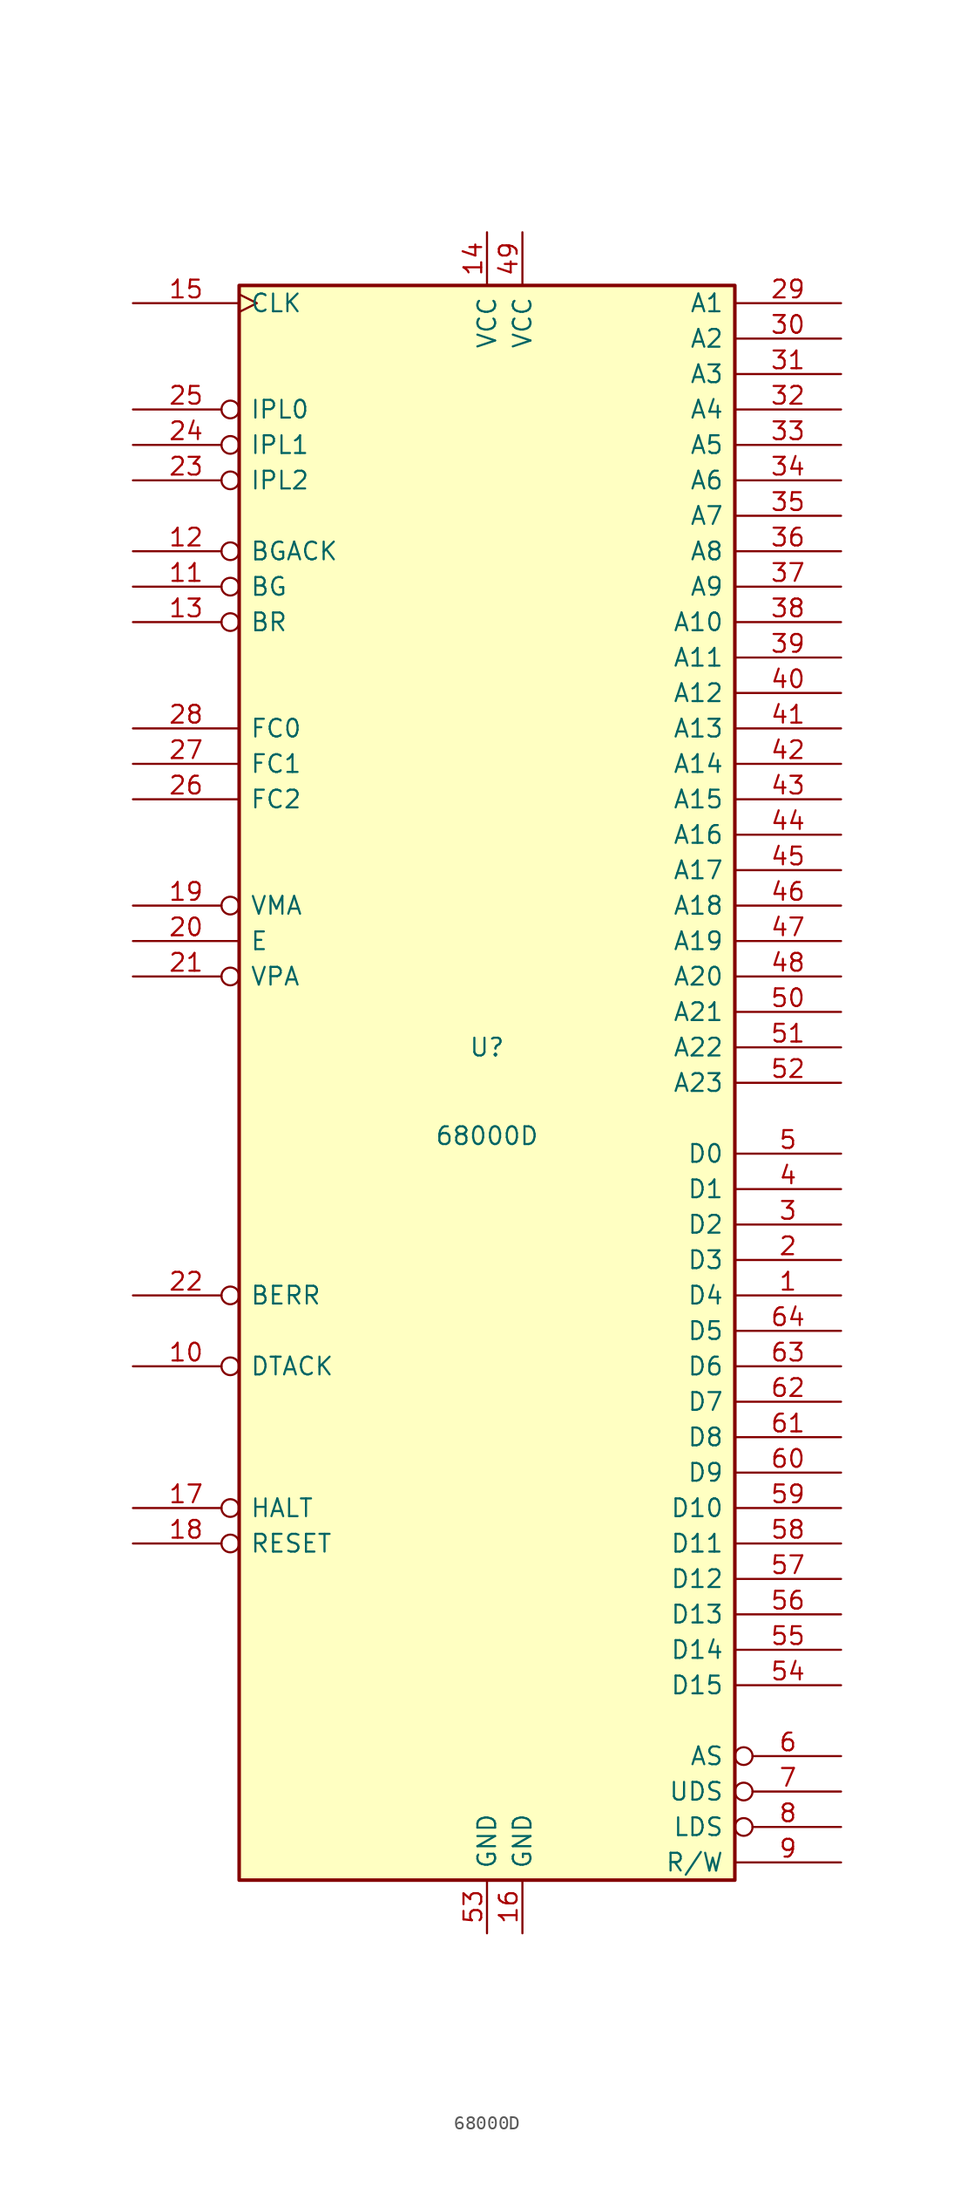
<source format=kicad_sym>
(kicad_symbol_lib
  (version 20241209)
  (generator "kicad_symbol_editor")
  (generator_version "9.0")
  (symbol "68000D"
    (pin_names
      (offset 0.762))
    (property "Reference" "U"
      (at 0 2.54 0)
      (effects (font (size 1.27 1.27))))
    (property "Value" "68000D"
      (at 0 -3.81 0)
      (effects (font (size 1.27 1.27))))
    (symbol "68000D_0_1"
      (rectangle (start -17.78 57.15) (end 17.78 -57.15) (stroke (width 0.254) (type default)) (fill (type background))))
    (symbol "68000D_1_1"
      (pin input clock (at -25.4 55.88 0) (length 7.62) (name "CLK" (effects (font (size 1.27 1.27)))) (number "15" (effects (font (size 1.27 1.27)))))
      (pin input inverted (at -25.4 48.26 0) (length 7.62) (name "IPL0" (effects (font (size 1.27 1.27)))) (number "25" (effects (font (size 1.27 1.27)))))
      (pin input inverted (at -25.4 45.72 0) (length 7.62) (name "IPL1" (effects (font (size 1.27 1.27)))) (number "24" (effects (font (size 1.27 1.27)))))
      (pin input inverted (at -25.4 43.18 0) (length 7.62) (name "IPL2" (effects (font (size 1.27 1.27)))) (number "23" (effects (font (size 1.27 1.27)))))
      (pin input inverted (at -25.4 38.1 0) (length 7.62) (name "BGACK" (effects (font (size 1.27 1.27)))) (number "12" (effects (font (size 1.27 1.27)))))
      (pin output inverted (at -25.4 35.56 0) (length 7.62) (name "BG" (effects (font (size 1.27 1.27)))) (number "11" (effects (font (size 1.27 1.27)))))
      (pin input inverted (at -25.4 33.02 0) (length 7.62) (name "BR" (effects (font (size 1.27 1.27)))) (number "13" (effects (font (size 1.27 1.27)))))
      (pin output line (at -25.4 25.4 0) (length 7.62) (name "FC0" (effects (font (size 1.27 1.27)))) (number "28" (effects (font (size 1.27 1.27)))))
      (pin output line (at -25.4 22.86 0) (length 7.62) (name "FC1" (effects (font (size 1.27 1.27)))) (number "27" (effects (font (size 1.27 1.27)))))
      (pin output line (at -25.4 20.32 0) (length 7.62) (name "FC2" (effects (font (size 1.27 1.27)))) (number "26" (effects (font (size 1.27 1.27)))))
      (pin output inverted (at -25.4 12.7 0) (length 7.62) (name "VMA" (effects (font (size 1.27 1.27)))) (number "19" (effects (font (size 1.27 1.27)))))
      (pin output line (at -25.4 10.16 0) (length 7.62) (name "E" (effects (font (size 1.27 1.27)))) (number "20" (effects (font (size 1.27 1.27)))))
      (pin input inverted (at -25.4 7.62 0) (length 7.62) (name "VPA" (effects (font (size 1.27 1.27)))) (number "21" (effects (font (size 1.27 1.27)))))
      (pin input inverted (at -25.4 -15.24 0) (length 7.62) (name "BERR" (effects (font (size 1.27 1.27)))) (number "22" (effects (font (size 1.27 1.27)))))
      (pin input inverted (at -25.4 -20.32 0) (length 7.62) (name "DTACK" (effects (font (size 1.27 1.27)))) (number "10" (effects (font (size 1.27 1.27)))))
      (pin bidirectional inverted (at -25.4 -30.48 0) (length 7.62) (name "HALT" (effects (font (size 1.27 1.27)))) (number "17" (effects (font (size 1.27 1.27)))))
      (pin bidirectional inverted (at -25.4 -33.02 0) (length 7.62) (name "RESET" (effects (font (size 1.27 1.27)))) (number "18" (effects (font (size 1.27 1.27)))))
      (pin power_in line (at 0 60.96 270) (length 3.81) (name "VCC" (effects (font (size 1.27 1.27)))) (number "14" (effects (font (size 1.27 1.27)))))
      (pin power_in line (at 0 -60.96 90) (length 3.81) (name "GND" (effects (font (size 1.27 1.27)))) (number "53" (effects (font (size 1.27 1.27)))))
      (pin power_in line (at 2.54 60.96 270) (length 3.81) (name "VCC" (effects (font (size 1.27 1.27)))) (number "49" (effects (font (size 1.27 1.27)))))
      (pin power_in line (at 2.54 -60.96 90) (length 3.81) (name "GND" (effects (font (size 1.27 1.27)))) (number "16" (effects (font (size 1.27 1.27)))))
      (pin output line (at 25.4 55.88 180) (length 7.62) (name "A1" (effects (font (size 1.27 1.27)))) (number "29" (effects (font (size 1.27 1.27)))))
      (pin output line (at 25.4 53.34 180) (length 7.62) (name "A2" (effects (font (size 1.27 1.27)))) (number "30" (effects (font (size 1.27 1.27)))))
      (pin output line (at 25.4 50.8 180) (length 7.62) (name "A3" (effects (font (size 1.27 1.27)))) (number "31" (effects (font (size 1.27 1.27)))))
      (pin output line (at 25.4 48.26 180) (length 7.62) (name "A4" (effects (font (size 1.27 1.27)))) (number "32" (effects (font (size 1.27 1.27)))))
      (pin output line (at 25.4 45.72 180) (length 7.62) (name "A5" (effects (font (size 1.27 1.27)))) (number "33" (effects (font (size 1.27 1.27)))))
      (pin output line (at 25.4 43.18 180) (length 7.62) (name "A6" (effects (font (size 1.27 1.27)))) (number "34" (effects (font (size 1.27 1.27)))))
      (pin output line (at 25.4 40.64 180) (length 7.62) (name "A7" (effects (font (size 1.27 1.27)))) (number "35" (effects (font (size 1.27 1.27)))))
      (pin output line (at 25.4 38.1 180) (length 7.62) (name "A8" (effects (font (size 1.27 1.27)))) (number "36" (effects (font (size 1.27 1.27)))))
      (pin output line (at 25.4 35.56 180) (length 7.62) (name "A9" (effects (font (size 1.27 1.27)))) (number "37" (effects (font (size 1.27 1.27)))))
      (pin output line (at 25.4 33.02 180) (length 7.62) (name "A10" (effects (font (size 1.27 1.27)))) (number "38" (effects (font (size 1.27 1.27)))))
      (pin output line (at 25.4 30.48 180) (length 7.62) (name "A11" (effects (font (size 1.27 1.27)))) (number "39" (effects (font (size 1.27 1.27)))))
      (pin output line (at 25.4 27.94 180) (length 7.62) (name "A12" (effects (font (size 1.27 1.27)))) (number "40" (effects (font (size 1.27 1.27)))))
      (pin output line (at 25.4 25.4 180) (length 7.62) (name "A13" (effects (font (size 1.27 1.27)))) (number "41" (effects (font (size 1.27 1.27)))))
      (pin output line (at 25.4 22.86 180) (length 7.62) (name "A14" (effects (font (size 1.27 1.27)))) (number "42" (effects (font (size 1.27 1.27)))))
      (pin output line (at 25.4 20.32 180) (length 7.62) (name "A15" (effects (font (size 1.27 1.27)))) (number "43" (effects (font (size 1.27 1.27)))))
      (pin output line (at 25.4 17.78 180) (length 7.62) (name "A16" (effects (font (size 1.27 1.27)))) (number "44" (effects (font (size 1.27 1.27)))))
      (pin output line (at 25.4 15.24 180) (length 7.62) (name "A17" (effects (font (size 1.27 1.27)))) (number "45" (effects (font (size 1.27 1.27)))))
      (pin output line (at 25.4 12.7 180) (length 7.62) (name "A18" (effects (font (size 1.27 1.27)))) (number "46" (effects (font (size 1.27 1.27)))))
      (pin output line (at 25.4 10.16 180) (length 7.62) (name "A19" (effects (font (size 1.27 1.27)))) (number "47" (effects (font (size 1.27 1.27)))))
      (pin output line (at 25.4 7.62 180) (length 7.62) (name "A20" (effects (font (size 1.27 1.27)))) (number "48" (effects (font (size 1.27 1.27)))))
      (pin output line (at 25.4 5.08 180) (length 7.62) (name "A21" (effects (font (size 1.27 1.27)))) (number "50" (effects (font (size 1.27 1.27)))))
      (pin output line (at 25.4 2.54 180) (length 7.62) (name "A22" (effects (font (size 1.27 1.27)))) (number "51" (effects (font (size 1.27 1.27)))))
      (pin output line (at 25.4 0 180) (length 7.62) (name "A23" (effects (font (size 1.27 1.27)))) (number "52" (effects (font (size 1.27 1.27)))))
      (pin bidirectional line (at 25.4 -5.08 180) (length 7.62) (name "D0" (effects (font (size 1.27 1.27)))) (number "5" (effects (font (size 1.27 1.27)))))
      (pin bidirectional line (at 25.4 -7.62 180) (length 7.62) (name "D1" (effects (font (size 1.27 1.27)))) (number "4" (effects (font (size 1.27 1.27)))))
      (pin bidirectional line (at 25.4 -10.16 180) (length 7.62) (name "D2" (effects (font (size 1.27 1.27)))) (number "3" (effects (font (size 1.27 1.27)))))
      (pin bidirectional line (at 25.4 -12.7 180) (length 7.62) (name "D3" (effects (font (size 1.27 1.27)))) (number "2" (effects (font (size 1.27 1.27)))))
      (pin bidirectional line (at 25.4 -15.24 180) (length 7.62) (name "D4" (effects (font (size 1.27 1.27)))) (number "1" (effects (font (size 1.27 1.27)))))
      (pin bidirectional line (at 25.4 -17.78 180) (length 7.62) (name "D5" (effects (font (size 1.27 1.27)))) (number "64" (effects (font (size 1.27 1.27)))))
      (pin bidirectional line (at 25.4 -20.32 180) (length 7.62) (name "D6" (effects (font (size 1.27 1.27)))) (number "63" (effects (font (size 1.27 1.27)))))
      (pin bidirectional line (at 25.4 -22.86 180) (length 7.62) (name "D7" (effects (font (size 1.27 1.27)))) (number "62" (effects (font (size 1.27 1.27)))))
      (pin bidirectional line (at 25.4 -25.4 180) (length 7.62) (name "D8" (effects (font (size 1.27 1.27)))) (number "61" (effects (font (size 1.27 1.27)))))
      (pin bidirectional line (at 25.4 -27.94 180) (length 7.62) (name "D9" (effects (font (size 1.27 1.27)))) (number "60" (effects (font (size 1.27 1.27)))))
      (pin bidirectional line (at 25.4 -30.48 180) (length 7.62) (name "D10" (effects (font (size 1.27 1.27)))) (number "59" (effects (font (size 1.27 1.27)))))
      (pin bidirectional line (at 25.4 -33.02 180) (length 7.62) (name "D11" (effects (font (size 1.27 1.27)))) (number "58" (effects (font (size 1.27 1.27)))))
      (pin bidirectional line (at 25.4 -35.56 180) (length 7.62) (name "D12" (effects (font (size 1.27 1.27)))) (number "57" (effects (font (size 1.27 1.27)))))
      (pin bidirectional line (at 25.4 -38.1 180) (length 7.62) (name "D13" (effects (font (size 1.27 1.27)))) (number "56" (effects (font (size 1.27 1.27)))))
      (pin bidirectional line (at 25.4 -40.64 180) (length 7.62) (name "D14" (effects (font (size 1.27 1.27)))) (number "55" (effects (font (size 1.27 1.27)))))
      (pin bidirectional line (at 25.4 -43.18 180) (length 7.62) (name "D15" (effects (font (size 1.27 1.27)))) (number "54" (effects (font (size 1.27 1.27)))))
      (pin output inverted (at 25.4 -48.26 180) (length 7.62) (name "AS" (effects (font (size 1.27 1.27)))) (number "6" (effects (font (size 1.27 1.27)))))
      (pin output inverted (at 25.4 -50.8 180) (length 7.62) (name "UDS" (effects (font (size 1.27 1.27)))) (number "7" (effects (font (size 1.27 1.27)))))
      (pin output inverted (at 25.4 -53.34 180) (length 7.62) (name "LDS" (effects (font (size 1.27 1.27)))) (number "8" (effects (font (size 1.27 1.27)))))
      (pin output line (at 25.4 -55.88 180) (length 7.62) (name "R/W" (effects (font (size 1.27 1.27)))) (number "9" (effects (font (size 1.27 1.27))))))))
</source>
